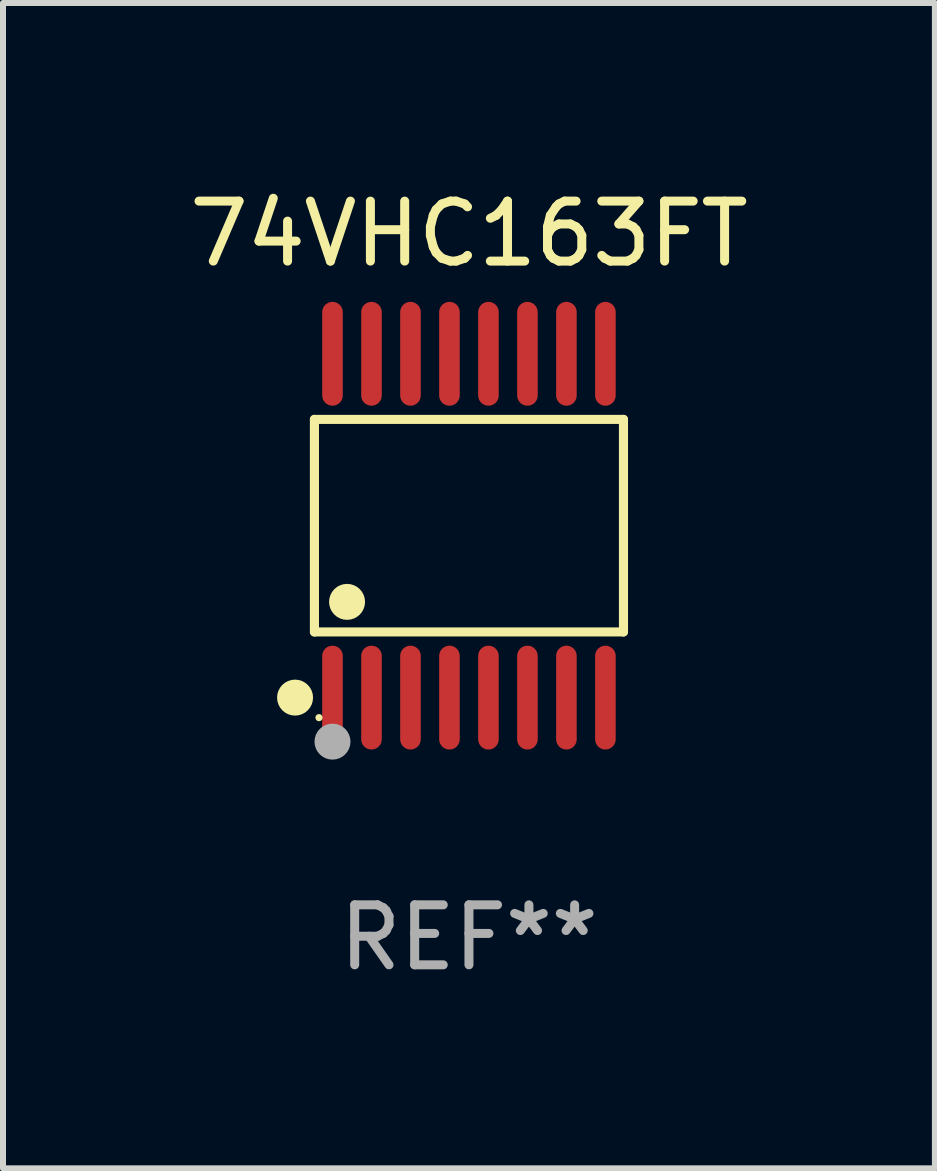
<source format=kicad_pcb>
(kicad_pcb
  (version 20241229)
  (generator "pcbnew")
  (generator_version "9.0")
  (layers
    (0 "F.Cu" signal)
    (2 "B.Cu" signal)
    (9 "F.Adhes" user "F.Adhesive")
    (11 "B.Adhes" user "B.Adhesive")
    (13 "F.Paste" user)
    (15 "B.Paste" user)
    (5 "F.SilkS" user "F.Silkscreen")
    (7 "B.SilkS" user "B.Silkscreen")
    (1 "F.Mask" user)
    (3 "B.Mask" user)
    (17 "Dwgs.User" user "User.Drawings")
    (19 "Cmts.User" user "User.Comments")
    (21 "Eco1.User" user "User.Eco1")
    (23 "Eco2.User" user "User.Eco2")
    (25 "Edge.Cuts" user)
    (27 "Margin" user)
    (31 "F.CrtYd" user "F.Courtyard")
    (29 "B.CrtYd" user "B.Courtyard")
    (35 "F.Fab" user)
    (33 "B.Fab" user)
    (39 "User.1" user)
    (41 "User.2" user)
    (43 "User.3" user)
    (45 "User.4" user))
  (footprint "74VHC163FT"
    (layer "F.Cu")
    (at 4.768 5.714)
    (property "Reference" "74VHC163FT" (at 0 -4.866 0) (layer "F.SilkS") (effects (font (size 1 1) (thickness 0.15))))
    (attr through_hole)
    (fp_line (start -2.576 -1.772) (end 2.576 -1.772) (stroke (width 0.152) (type solid)) (layer "F.SilkS"))
    (fp_line (start -2.576 1.771) (end -2.576 -1.772) (stroke (width 0.152) (type solid)) (layer "F.SilkS"))
    (fp_line (start 2.576 -1.772) (end 2.576 1.771) (stroke (width 0.152) (type solid)) (layer "F.SilkS"))
    (fp_line (start 2.576 1.771) (end -2.576 1.771) (stroke (width 0.152) (type solid)) (layer "F.SilkS"))
    (fp_circle (center -2.899 2.866) (end -2.749 2.866) (stroke (width 0.3) (type solid)) (fill no) (layer "F.SilkS"))
    (fp_circle (center -2.5 3.2) (end -2.47 3.2) (stroke (width 0.06) (type solid)) (fill no) (layer "F.SilkS"))
    (fp_circle (center -2.032 1.27) (end -1.882 1.27) (stroke (width 0.3) (type solid)) (fill no) (layer "F.SilkS"))
    (fp_circle (center -2.275 3.6) (end -2.125 3.6) (stroke (width 0.3) (type solid)) (fill no) (layer "F.Fab"))
    (fp_text user "REF**" (at 0 6.866 0) (layer "F.Fab") (effects (font (size 1 1) (thickness 0.15))))
    (pad "1" smd oval (at -2.275 2.866) (size 0.343 1.731) (layers "F.Cu" "F.Mask" "F.Paste"))
    (pad "2" smd oval (at -1.625 2.866) (size 0.343 1.731) (layers "F.Cu" "F.Mask" "F.Paste"))
    (pad "3" smd oval (at -0.975 2.866) (size 0.343 1.731) (layers "F.Cu" "F.Mask" "F.Paste"))
    (pad "4" smd oval (at -0.325 2.866) (size 0.343 1.731) (layers "F.Cu" "F.Mask" "F.Paste"))
    (pad "5" smd oval (at 0.325 2.866) (size 0.343 1.731) (layers "F.Cu" "F.Mask" "F.Paste"))
    (pad "6" smd oval (at 0.975 2.866) (size 0.343 1.731) (layers "F.Cu" "F.Mask" "F.Paste"))
    (pad "7" smd oval (at 1.625 2.866) (size 0.343 1.731) (layers "F.Cu" "F.Mask" "F.Paste"))
    (pad "8" smd oval (at 2.275 2.866) (size 0.343 1.731) (layers "F.Cu" "F.Mask" "F.Paste"))
    (pad "9" smd oval (at 2.275 -2.866) (size 0.343 1.731) (layers "F.Cu" "F.Mask" "F.Paste"))
    (pad "10" smd oval (at 1.625 -2.866) (size 0.343 1.731) (layers "F.Cu" "F.Mask" "F.Paste"))
    (pad "11" smd oval (at 0.975 -2.866) (size 0.343 1.731) (layers "F.Cu" "F.Mask" "F.Paste"))
    (pad "12" smd oval (at 0.325 -2.866) (size 0.343 1.731) (layers "F.Cu" "F.Mask" "F.Paste"))
    (pad "13" smd oval (at -0.325 -2.866) (size 0.343 1.731) (layers "F.Cu" "F.Mask" "F.Paste"))
    (pad "14" smd oval (at -0.975 -2.866) (size 0.343 1.731) (layers "F.Cu" "F.Mask" "F.Paste"))
    (pad "15" smd oval (at -1.625 -2.866) (size 0.343 1.731) (layers "F.Cu" "F.Mask" "F.Paste"))
    (pad "16" smd oval (at -2.275 -2.866) (size 0.343 1.731) (layers "F.Cu" "F.Mask" "F.Paste")))
  (gr_rect
    (start -3 -3)
    (end 12.536 16.428)
    (stroke (width 0.1) (type default))
    (fill no)
    (layer "Edge.Cuts")))
</source>
